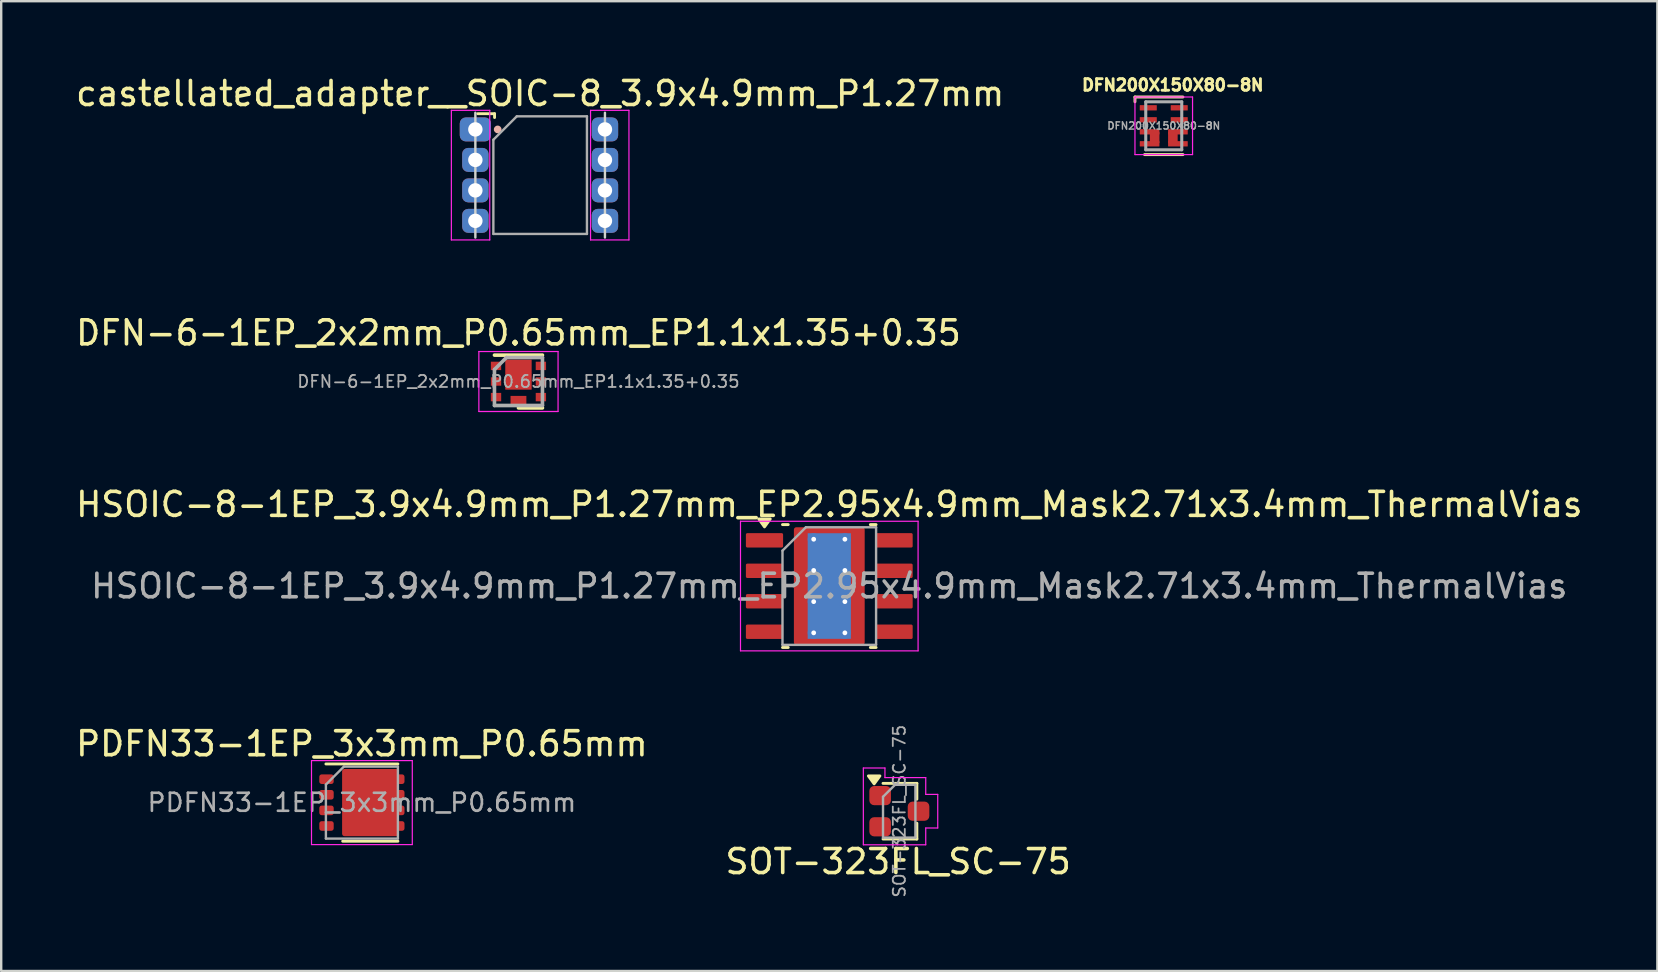
<source format=kicad_pcb>
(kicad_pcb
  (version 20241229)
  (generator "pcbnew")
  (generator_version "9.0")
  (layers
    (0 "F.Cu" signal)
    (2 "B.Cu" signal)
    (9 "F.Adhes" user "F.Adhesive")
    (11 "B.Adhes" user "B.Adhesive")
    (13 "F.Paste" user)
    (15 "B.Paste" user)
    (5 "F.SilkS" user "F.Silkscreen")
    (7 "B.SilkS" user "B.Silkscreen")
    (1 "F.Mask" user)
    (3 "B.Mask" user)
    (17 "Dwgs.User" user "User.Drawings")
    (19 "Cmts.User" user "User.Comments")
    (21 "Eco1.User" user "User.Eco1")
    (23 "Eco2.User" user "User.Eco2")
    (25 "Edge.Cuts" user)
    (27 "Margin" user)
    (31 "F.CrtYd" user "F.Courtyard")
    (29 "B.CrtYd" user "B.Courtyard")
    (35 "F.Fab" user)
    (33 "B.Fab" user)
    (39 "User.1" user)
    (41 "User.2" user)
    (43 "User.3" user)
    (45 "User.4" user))
  (footprint "DFN200X150X80-8N"
    (layer "F.Cu")
    (at 45.443 2.192)
    (property "Reference" "DFN200X150X80-8N" (at 0.375 -1.699 0) (layer "F.SilkS") (effects (font (size 0.481 0.481) (thickness 0.15))))
    (attr smd)
    (fp_line (start -1.2 -1.2) (end -1.2 -1) (stroke (width 0.12) (type solid)) (layer "F.SilkS"))
    (fp_line (start 0.8 -1.2) (end -1.2 -1.2) (stroke (width 0.12) (type solid)) (layer "F.SilkS"))
    (fp_line (start 0.8 1.2) (end -0.8 1.2) (stroke (width 0.12) (type solid)) (layer "F.SilkS"))
    (fp_line (start -1.2 -1.2) (end 1.2 -1.2) (stroke (width 0.05) (type solid)) (layer "F.CrtYd"))
    (fp_line (start -1.2 1.2) (end -1.2 -1.2) (stroke (width 0.05) (type solid)) (layer "F.CrtYd"))
    (fp_line (start 1.2 -1.2) (end 1.2 1.2) (stroke (width 0.05) (type solid)) (layer "F.CrtYd"))
    (fp_line (start 1.2 1.2) (end -1.2 1.2) (stroke (width 0.05) (type solid)) (layer "F.CrtYd"))
    (fp_line (start -0.75 -1) (end 0.75 -1) (stroke (width 0.127) (type solid)) (layer "F.Fab"))
    (fp_line (start -0.75 1) (end -0.75 -1) (stroke (width 0.127) (type solid)) (layer "F.Fab"))
    (fp_line (start 0.75 -1) (end 0.75 1) (stroke (width 0.127) (type solid)) (layer "F.Fab"))
    (fp_line (start 0.75 1) (end -0.75 1) (stroke (width 0.127) (type solid)) (layer "F.Fab"))
    (fp_text user "${REFERENCE}" (at 0 0 0) (layer "F.Fab") (effects (font (size 0.3 0.3) (thickness 0.06))))
    (pad "1" smd roundrect (at -0.645 -0.75) (size 0.71 0.22) (layers "F.Cu" "F.Mask" "F.Paste") (roundrect_rratio 0.06))
    (pad "2" smd roundrect (at -0.645 -0.25) (size 0.71 0.22) (layers "F.Cu" "F.Mask" "F.Paste") (roundrect_rratio 0.06))
    (pad "3" smd roundrect (at -0.59 0.25) (size 0.82 0.22) (layers "F.Cu" "F.Mask" "F.Paste") (roundrect_rratio 0.06))
    (pad "4" smd roundrect (at -0.59 0.75) (size 0.82 0.22) (layers "F.Cu" "F.Mask" "F.Paste") (roundrect_rratio 0.06))
    (pad "4" smd roundrect (at -0.38 0.49 180) (size 0.4 0.47) (layers "F.Cu" "F.Mask") (roundrect_rratio 0.06))
    (pad "5" smd roundrect (at 0.38 0.49 180) (size 0.4 0.47) (layers "F.Cu" "F.Mask") (roundrect_rratio 0.06))
    (pad "5" smd roundrect (at 0.59 0.75 180) (size 0.82 0.22) (layers "F.Cu" "F.Mask" "F.Paste") (roundrect_rratio 0.06))
    (pad "6" smd roundrect (at 0.59 0.25 180) (size 0.82 0.22) (layers "F.Cu" "F.Mask" "F.Paste") (roundrect_rratio 0.06))
    (pad "7" smd roundrect (at 0.645 -0.25 180) (size 0.71 0.22) (layers "F.Cu" "F.Mask" "F.Paste") (roundrect_rratio 0.06))
    (pad "8" smd roundrect (at 0.645 -0.75 180) (size 0.71 0.22) (layers "F.Cu" "F.Mask" "F.Paste") (roundrect_rratio 0.06)))
  (footprint "castellated_adapter__SOIC-8_3.9x4.9mm_P1.27mm"
    (layer "F.Cu")
    (at 19.458 4.248)
    (property "Reference" "castellated_adapter__SOIC-8_3.9x4.9mm_P1.27mm" (at 0 -3.4 0) (layer "F.SilkS") (effects (font (size 1 1) (thickness 0.15))))
    (attr smd exclude_from_pos_files exclude_from_bom)
    (fp_line (start -1.9 -2.56) (end -2.6 -2.56) (stroke (width 0.12) (type solid)) (layer "F.SilkS"))
    (fp_line (start -1.9 -2.56) (end -1.9 -2.4) (stroke (width 0.12) (type solid)) (layer "F.SilkS"))
    (fp_circle (center -1.77 -1.905) (end -1.67 -1.905) (stroke (width 0.12) (type solid)) (fill yes) (layer "B.SilkS"))
    (fp_line (start -2.7 -2.6) (end -2.7 2.6) (stroke (width 0.1) (type solid)) (layer "Edge.Cuts"))
    (fp_line (start 2.7 -2.6) (end 2.7 2.6) (stroke (width 0.1) (type solid)) (layer "Edge.Cuts"))
    (fp_line (start -3.7 -2.7) (end -3.7 2.7) (stroke (width 0.05) (type solid)) (layer "F.CrtYd"))
    (fp_line (start -3.7 2.7) (end -2.1 2.7) (stroke (width 0.05) (type solid)) (layer "F.CrtYd"))
    (fp_line (start -2.1 -2.7) (end -3.7 -2.7) (stroke (width 0.05) (type solid)) (layer "F.CrtYd"))
    (fp_line (start -2.1 2.7) (end -2.1 -2.7) (stroke (width 0.05) (type solid)) (layer "F.CrtYd"))
    (fp_line (start 2.1 2.7) (end 2.1 -2.7) (stroke (width 0.05) (type solid)) (layer "F.CrtYd"))
    (fp_line (start 2.1 2.7) (end 3.7 2.7) (stroke (width 0.05) (type solid)) (layer "F.CrtYd"))
    (fp_line (start 3.7 -2.7) (end 2.1 -2.7) (stroke (width 0.05) (type solid)) (layer "F.CrtYd"))
    (fp_line (start 3.7 2.7) (end 3.7 -2.7) (stroke (width 0.05) (type solid)) (layer "F.CrtYd"))
    (fp_line (start -1.95 -1.475) (end -0.975 -2.45) (stroke (width 0.1) (type solid)) (layer "F.Fab"))
    (fp_line (start -1.95 2.45) (end -1.95 -1.475) (stroke (width 0.1) (type solid)) (layer "F.Fab"))
    (fp_line (start -0.975 -2.45) (end 1.95 -2.45) (stroke (width 0.1) (type solid)) (layer "F.Fab"))
    (fp_line (start 1.95 -2.45) (end 1.95 2.45) (stroke (width 0.1) (type solid)) (layer "F.Fab"))
    (fp_line (start 1.95 2.45) (end -1.95 2.45) (stroke (width 0.1) (type solid)) (layer "F.Fab"))
    (pad "" smd roundrect (at -2.7 -1.905 180) (size 0.9 0.9) (layers "F.Mask") (roundrect_rratio 0.25))
    (pad "1" thru_hole roundrect (at -2.7 -1.905) (size 1.3 1) (drill 0.6) (layers "*.Cu" "*.Mask") (roundrect_rratio 0.25))
    (pad "2" thru_hole roundrect (at -2.7 -0.635) (size 1.1 1) (drill 0.6) (layers "*.Cu" "*.Mask") (roundrect_rratio 0.25))
    (pad "3" thru_hole roundrect (at -2.7 0.635) (size 1.1 1) (drill 0.6) (layers "*.Cu" "*.Mask") (roundrect_rratio 0.25))
    (pad "4" thru_hole roundrect (at -2.7 1.905) (size 1.1 1) (drill 0.6) (layers "*.Cu" "*.Mask") (roundrect_rratio 0.25))
    (pad "5" thru_hole roundrect (at 2.7 1.905) (size 1.1 1) (drill 0.6) (layers "*.Cu" "*.Mask") (roundrect_rratio 0.25))
    (pad "6" thru_hole roundrect (at 2.7 0.635) (size 1.1 1) (drill 0.6) (layers "*.Cu" "*.Mask") (roundrect_rratio 0.25))
    (pad "7" thru_hole roundrect (at 2.7 -0.635) (size 1.1 1) (drill 0.6) (layers "*.Cu" "*.Mask") (roundrect_rratio 0.25))
    (pad "8" thru_hole roundrect (at 2.7 -1.905) (size 1.1 1) (drill 0.6) (layers "*.Cu" "*.Mask") (roundrect_rratio 0.25)))
  (footprint "SOT-323FL_SC-75"
    (layer "F.Cu")
    (at 34.425 30.752)
    (property "Reference" "SOT-323FL_SC-75" (at -0.05 2.1 0) (layer "F.SilkS") (effects (font (size 1 1) (thickness 0.15))))
    (attr smd)
    (fp_line (start -0.68 -1.16) (end 0.73 -1.16) (stroke (width 0.12) (type solid)) (layer "F.SilkS"))
    (fp_line (start -0.68 1.16) (end 0.73 1.16) (stroke (width 0.12) (type solid)) (layer "F.SilkS"))
    (fp_line (start 0.73 -1.16) (end 0.73 -0.5) (stroke (width 0.12) (type solid)) (layer "F.SilkS"))
    (fp_line (start 0.73 0.5) (end 0.73 1.16) (stroke (width 0.12) (type solid)) (layer "F.SilkS"))
    (fp_poly (pts (xy -1.05 -1.14) (xy -1.29 -1.47) (xy -0.81 -1.47) (xy -1.05 -1.14)) (stroke (width 0.12) (type solid)) (fill yes) (layer "F.SilkS"))
    (fp_line (start -1.5 1.4) (end -1.5 -1.8) (stroke (width 0.05) (type solid)) (layer "F.CrtYd"))
    (fp_line (start -1.5 1.4) (end 1.1 1.4) (stroke (width 0.05) (type solid)) (layer "F.CrtYd"))
    (fp_line (start -0.6 -1.8) (end -1.5 -1.8) (stroke (width 0.05) (type solid)) (layer "F.CrtYd"))
    (fp_line (start -0.6 -1.8) (end -0.6 -1.4) (stroke (width 0.05) (type solid)) (layer "F.CrtYd"))
    (fp_line (start -0.6 -1.4) (end 1.1 -1.4) (stroke (width 0.05) (type solid)) (layer "F.CrtYd"))
    (fp_line (start 1.1 -1.4) (end 1.1 -0.7) (stroke (width 0.05) (type solid)) (layer "F.CrtYd"))
    (fp_line (start 1.1 1.4) (end 1.1 0.7) (stroke (width 0.05) (type solid)) (layer "F.CrtYd"))
    (fp_line (start 1.6 -0.7) (end 1.1 -0.7) (stroke (width 0.05) (type solid)) (layer "F.CrtYd"))
    (fp_line (start 1.6 -0.7) (end 1.6 0.7) (stroke (width 0.05) (type solid)) (layer "F.CrtYd"))
    (fp_line (start 1.6 0.7) (end 1.1 0.7) (stroke (width 0.05) (type solid)) (layer "F.CrtYd"))
    (fp_line (start -0.68 -0.6) (end -0.68 1.1) (stroke (width 0.1) (type solid)) (layer "F.Fab"))
    (fp_line (start -0.18 -1.1) (end -0.68 -0.6) (stroke (width 0.1) (type solid)) (layer "F.Fab"))
    (fp_line (start 0.67 -1.1) (end -0.18 -1.1) (stroke (width 0.1) (type solid)) (layer "F.Fab"))
    (fp_line (start 0.67 -1.1) (end 0.67 1.1) (stroke (width 0.1) (type solid)) (layer "F.Fab"))
    (fp_line (start 0.67 1.1) (end -0.68 1.1) (stroke (width 0.1) (type solid)) (layer "F.Fab"))
    (fp_text user "${REFERENCE}" (at 0 0 90) (layer "F.Fab") (effects (font (size 0.5 0.5) (thickness 0.075))))
    (pad "1" smd roundrect (at -0.8 -0.65 270) (size 0.8 0.9) (layers "F.Cu" "F.Mask" "F.Paste") (roundrect_rratio 0.25))
    (pad "2" smd roundrect (at -0.8 0.65 270) (size 0.8 0.9) (layers "F.Cu" "F.Mask" "F.Paste") (roundrect_rratio 0.25))
    (pad "3" smd roundrect (at 0.8 0 270) (size 0.8 0.9) (layers "F.Cu" "F.Mask" "F.Paste") (roundrect_rratio 0.25)))
  (footprint "DFN-6-1EP_2x2mm_P0.65mm_EP1.1x1.35+0.35"
    (layer "F.Cu")
    (at 18.554 12.847)
    (property "Reference" "DFN-6-1EP_2x2mm_P0.65mm_EP1.1x1.35+0.35" (at 0 -2.025 0) (layer "F.SilkS") (effects (font (size 1 1) (thickness 0.15))))
    (attr smd)
    (fp_line (start -1 -1.1) (end 1 -1.1) (stroke (width 0.15) (type solid)) (layer "F.SilkS"))
    (fp_line (start 0 1.1) (end 1 1.1) (stroke (width 0.15) (type solid)) (layer "F.SilkS"))
    (fp_line (start -1.65 -1.25) (end -1.65 1.25) (stroke (width 0.05) (type solid)) (layer "F.CrtYd"))
    (fp_line (start -1.65 -1.25) (end 1.65 -1.25) (stroke (width 0.05) (type solid)) (layer "F.CrtYd"))
    (fp_line (start -1.65 1.25) (end 1.65 1.25) (stroke (width 0.05) (type solid)) (layer "F.CrtYd"))
    (fp_line (start 1.65 -1.25) (end 1.65 1.25) (stroke (width 0.05) (type solid)) (layer "F.CrtYd"))
    (fp_line (start -1 -0.5) (end -0.5 -1) (stroke (width 0.15) (type solid)) (layer "F.Fab"))
    (fp_line (start -1 1) (end -1 -0.5) (stroke (width 0.15) (type solid)) (layer "F.Fab"))
    (fp_line (start -0.5 -1) (end 1 -1) (stroke (width 0.15) (type solid)) (layer "F.Fab"))
    (fp_line (start 1 -1) (end 1 1) (stroke (width 0.15) (type solid)) (layer "F.Fab"))
    (fp_line (start 1 1) (end -1 1) (stroke (width 0.15) (type solid)) (layer "F.Fab"))
    (fp_text user "${REFERENCE}" (at 0 0 0) (layer "F.Fab") (effects (font (size 0.5 0.5) (thickness 0.075))))
    (pad "1" smd rect (at -0.935 -0.65) (size 0.43 0.35) (layers "F.Cu" "F.Mask" "F.Paste"))
    (pad "2" smd rect (at -0.935 0) (size 0.43 0.35) (layers "F.Cu" "F.Mask" "F.Paste"))
    (pad "3" smd rect (at -0.935 0.65) (size 0.43 0.35) (layers "F.Cu" "F.Mask" "F.Paste"))
    (pad "4" smd rect (at 0.935 0.65) (size 0.43 0.35) (layers "F.Cu" "F.Mask" "F.Paste"))
    (pad "5" smd rect (at 0.935 0) (size 0.43 0.35) (layers "F.Cu" "F.Mask" "F.Paste"))
    (pad "6" smd rect (at 0.935 -0.65) (size 0.43 0.35) (layers "F.Cu" "F.Mask" "F.Paste"))
    (pad "7" smd rect (at 0 -0.285) (size 1.1 1.25) (layers "F.Cu" "F.Mask" "F.Paste"))
    (pad "8" smd rect (at 0 0.775) (size 0.66 0.35) (layers "F.Cu" "F.Mask" "F.Paste")))
  (footprint "HSOIC-8-1EP_3.9x4.9mm_P1.27mm_EP2.95x4.9mm_Mask2.71x3.4mm_ThermalVias"
    (layer "F.Cu")
    (at 31.506 21.37)
    (property "Reference" "HSOIC-8-1EP_3.9x4.9mm_P1.27mm_EP2.95x4.9mm_Mask2.71x3.4mm_ThermalVias" (at 0 -3.4 0) (layer "F.SilkS") (effects (font (size 1 1) (thickness 0.15))))
    (attr smd)
    (fp_line (start -1.711 -2.56) (end -1.95 -2.56) (stroke (width 0.12) (type solid)) (layer "F.SilkS"))
    (fp_line (start -1.711 2.56) (end -1.95 2.56) (stroke (width 0.12) (type solid)) (layer "F.SilkS"))
    (fp_line (start 1.711 -2.56) (end 1.95 -2.56) (stroke (width 0.12) (type solid)) (layer "F.SilkS"))
    (fp_line (start 1.711 2.56) (end 1.95 2.56) (stroke (width 0.12) (type solid)) (layer "F.SilkS"))
    (fp_poly (pts (xy -2.7 -2.465) (xy -2.94 -2.795) (xy -2.46 -2.795) (xy -2.7 -2.465)) (stroke (width 0.12) (type solid)) (fill yes) (layer "F.SilkS"))
    (fp_line (start -3.7 -2.7) (end -3.7 2.7) (stroke (width 0.05) (type solid)) (layer "F.CrtYd"))
    (fp_line (start -3.7 2.7) (end 3.7 2.7) (stroke (width 0.05) (type solid)) (layer "F.CrtYd"))
    (fp_line (start 3.7 -2.7) (end -3.7 -2.7) (stroke (width 0.05) (type solid)) (layer "F.CrtYd"))
    (fp_line (start 3.7 2.7) (end 3.7 -2.7) (stroke (width 0.05) (type solid)) (layer "F.CrtYd"))
    (fp_line (start -1.95 -1.475) (end -0.975 -2.45) (stroke (width 0.1) (type solid)) (layer "F.Fab"))
    (fp_line (start -1.95 2.45) (end -1.95 -1.475) (stroke (width 0.1) (type solid)) (layer "F.Fab"))
    (fp_line (start -0.975 -2.45) (end 1.95 -2.45) (stroke (width 0.1) (type solid)) (layer "F.Fab"))
    (fp_line (start 1.95 -2.45) (end 1.95 2.45) (stroke (width 0.1) (type solid)) (layer "F.Fab"))
    (fp_line (start 1.95 2.45) (end -1.95 2.45) (stroke (width 0.1) (type solid)) (layer "F.Fab"))
    (fp_text user "${REFERENCE}" (at 0 0 0) (layer "F.Fab") (effects (font (size 0.98 0.98) (thickness 0.15))))
    (pad "" smd roundrect (at -0.68 0.85) (size 1.13 1.42) (layers "F.Paste") (roundrect_rratio 0.221))
    (pad "" smd roundrect (at 0 0) (size 2.71 3.4) (layers "F.Mask") (roundrect_rratio 0.037))
    (pad "" smd roundrect (at 0 0) (size 2.71 3.4) (layers "F.Paste") (roundrect_rratio 0.037))
    (pad "" smd roundrect (at 0.68 -0.85) (size 1.13 1.42) (layers "F.Paste") (roundrect_rratio 0.221))
    (pad "" smd roundrect (at 0.68 0.85) (size 1.13 1.42) (layers "F.Paste") (roundrect_rratio 0.221))
    (pad "1" smd roundrect (at -2.7 -1.905) (size 1.55 0.6) (layers "F.Cu" "F.Mask" "F.Paste") (roundrect_rratio 0.1))
    (pad "2" smd roundrect (at -2.7 -0.635) (size 1.55 0.6) (layers "F.Cu" "F.Mask" "F.Paste") (roundrect_rratio 0.1))
    (pad "3" smd roundrect (at -2.7 0.635) (size 1.55 0.6) (layers "F.Cu" "F.Mask" "F.Paste") (roundrect_rratio 0.1))
    (pad "4" smd roundrect (at -2.7 1.905) (size 1.55 0.6) (layers "F.Cu" "F.Mask" "F.Paste") (roundrect_rratio 0.1))
    (pad "5" smd roundrect (at 2.7 1.905) (size 1.55 0.6) (layers "F.Cu" "F.Mask" "F.Paste") (roundrect_rratio 0.1))
    (pad "6" smd roundrect (at 2.7 0.635) (size 1.55 0.6) (layers "F.Cu" "F.Mask" "F.Paste") (roundrect_rratio 0.1))
    (pad "7" smd roundrect (at 2.7 -0.635) (size 1.55 0.6) (layers "F.Cu" "F.Mask" "F.Paste") (roundrect_rratio 0.1))
    (pad "8" smd roundrect (at 2.7 -1.905) (size 1.55 0.6) (layers "F.Cu" "F.Mask" "F.Paste") (roundrect_rratio 0.1))
    (pad "9" thru_hole circle (at -0.65 -1.95) (size 0.5 0.5) (drill 0.2) (property pad_prop_heatsink) (layers "*.Cu"))
    (pad "9" thru_hole circle (at -0.65 -0.65) (size 0.5 0.5) (drill 0.2) (property pad_prop_heatsink) (layers "*.Cu"))
    (pad "9" thru_hole circle (at -0.65 0.65) (size 0.5 0.5) (drill 0.2) (property pad_prop_heatsink) (layers "*.Cu"))
    (pad "9" thru_hole circle (at -0.65 1.95) (size 0.5 0.5) (drill 0.2) (property pad_prop_heatsink) (layers "*.Cu"))
    (pad "9" smd rect (at 0 0) (size 1.8 4.4) (property pad_prop_heatsink) (layers "B.Cu"))
    (pad "9" smd roundrect (at 0 0) (size 2.95 4.9) (property pad_prop_heatsink) (layers "F.Cu") (roundrect_rratio 0.034))
    (pad "9" thru_hole circle (at 0.65 -1.95) (size 0.5 0.5) (drill 0.2) (property pad_prop_heatsink) (layers "*.Cu"))
    (pad "9" thru_hole circle (at 0.65 -0.65) (size 0.5 0.5) (drill 0.2) (property pad_prop_heatsink) (layers "*.Cu"))
    (pad "9" thru_hole circle (at 0.65 0.65) (size 0.5 0.5) (drill 0.2) (property pad_prop_heatsink) (layers "*.Cu"))
    (pad "9" thru_hole circle (at 0.65 1.95) (size 0.5 0.5) (drill 0.2) (property pad_prop_heatsink) (layers "*.Cu")))
  (footprint "PDFN33-1EP_3x3mm_P0.65mm"
    (layer "F.Cu")
    (at 12.03 30.393)
    (property "Reference" "PDFN33-1EP_3x3mm_P0.65mm" (at 0 -2.45 0) (layer "F.SilkS") (effects (font (size 1 1) (thickness 0.15))))
    (attr smd)
    (fp_line (start -1.5 -1.61) (end 1.5 -1.61) (stroke (width 0.12) (type solid)) (layer "F.SilkS"))
    (fp_line (start -0.8 1.61) (end 1.5 1.61) (stroke (width 0.12) (type solid)) (layer "F.SilkS"))
    (fp_line (start -2.1 -1.75) (end -2.1 1.75) (stroke (width 0.05) (type solid)) (layer "F.CrtYd"))
    (fp_line (start -2.1 1.75) (end 2.1 1.75) (stroke (width 0.05) (type solid)) (layer "F.CrtYd"))
    (fp_line (start 2.1 -1.75) (end -2.1 -1.75) (stroke (width 0.05) (type solid)) (layer "F.CrtYd"))
    (fp_line (start 2.1 1.75) (end 2.1 -1.75) (stroke (width 0.05) (type solid)) (layer "F.CrtYd"))
    (fp_line (start -1.5 -0.75) (end -0.75 -1.5) (stroke (width 0.1) (type solid)) (layer "F.Fab"))
    (fp_line (start -1.5 1.5) (end -1.5 -0.75) (stroke (width 0.1) (type solid)) (layer "F.Fab"))
    (fp_line (start -0.75 -1.5) (end 1.5 -1.5) (stroke (width 0.1) (type solid)) (layer "F.Fab"))
    (fp_line (start 1.5 -1.5) (end 1.5 1.5) (stroke (width 0.1) (type solid)) (layer "F.Fab"))
    (fp_line (start 1.5 1.5) (end -1.5 1.5) (stroke (width 0.1) (type solid)) (layer "F.Fab"))
    (fp_text user "${REFERENCE}" (at 0 0 0) (layer "F.Fab") (effects (font (size 0.75 0.75) (thickness 0.11))))
    (pad "" smd roundrect (at -0.3 -0.6) (size 0.8 1.1) (layers "F.Paste") (roundrect_rratio 0.25))
    (pad "" smd roundrect (at -0.3 0.6) (size 0.8 1.1) (layers "F.Paste") (roundrect_rratio 0.25))
    (pad "" smd roundrect (at 0.65 -0.6) (size 0.8 1.1) (layers "F.Paste") (roundrect_rratio 0.25))
    (pad "" smd roundrect (at 0.65 0.6) (size 0.8 1.1) (layers "F.Paste") (roundrect_rratio 0.25))
    (pad "1" smd roundrect (at -1.475 -0.975) (size 0.6 0.4) (layers "F.Cu" "F.Mask" "F.Paste") (roundrect_rratio 0.25))
    (pad "2" smd roundrect (at -1.475 -0.325) (size 0.6 0.4) (layers "F.Cu" "F.Mask" "F.Paste") (roundrect_rratio 0.25))
    (pad "3" smd roundrect (at -1.475 0.325) (size 0.6 0.4) (layers "F.Cu" "F.Mask" "F.Paste") (roundrect_rratio 0.25))
    (pad "4" smd roundrect (at -1.475 0.975) (size 0.6 0.4) (layers "F.Cu" "F.Mask" "F.Paste") (roundrect_rratio 0.25))
    (pad "5" smd roundrect (at 1.475 0.975) (size 0.6 0.4) (layers "F.Cu" "F.Mask" "F.Paste") (roundrect_rratio 0.25))
    (pad "6" smd roundrect (at 1.475 0.325) (size 0.6 0.4) (layers "F.Cu" "F.Mask" "F.Paste") (roundrect_rratio 0.25))
    (pad "7" smd roundrect (at 1.475 -0.325) (size 0.6 0.4) (layers "F.Cu" "F.Mask" "F.Paste") (roundrect_rratio 0.25))
    (pad "8" smd roundrect (at 0.35 0) (size 2.35 2.8) (layers "F.Cu" "F.Mask") (roundrect_rratio 0.043))
    (pad "8" smd roundrect (at 1.475 -0.975) (size 0.6 0.4) (layers "F.Cu" "F.Mask" "F.Paste") (roundrect_rratio 0.25)))
  (gr_rect
    (start -3 -3)
    (end 66.012 37.41)
    (stroke (width 0.1) (type default))
    (fill no)
    (layer "Edge.Cuts")))
</source>
